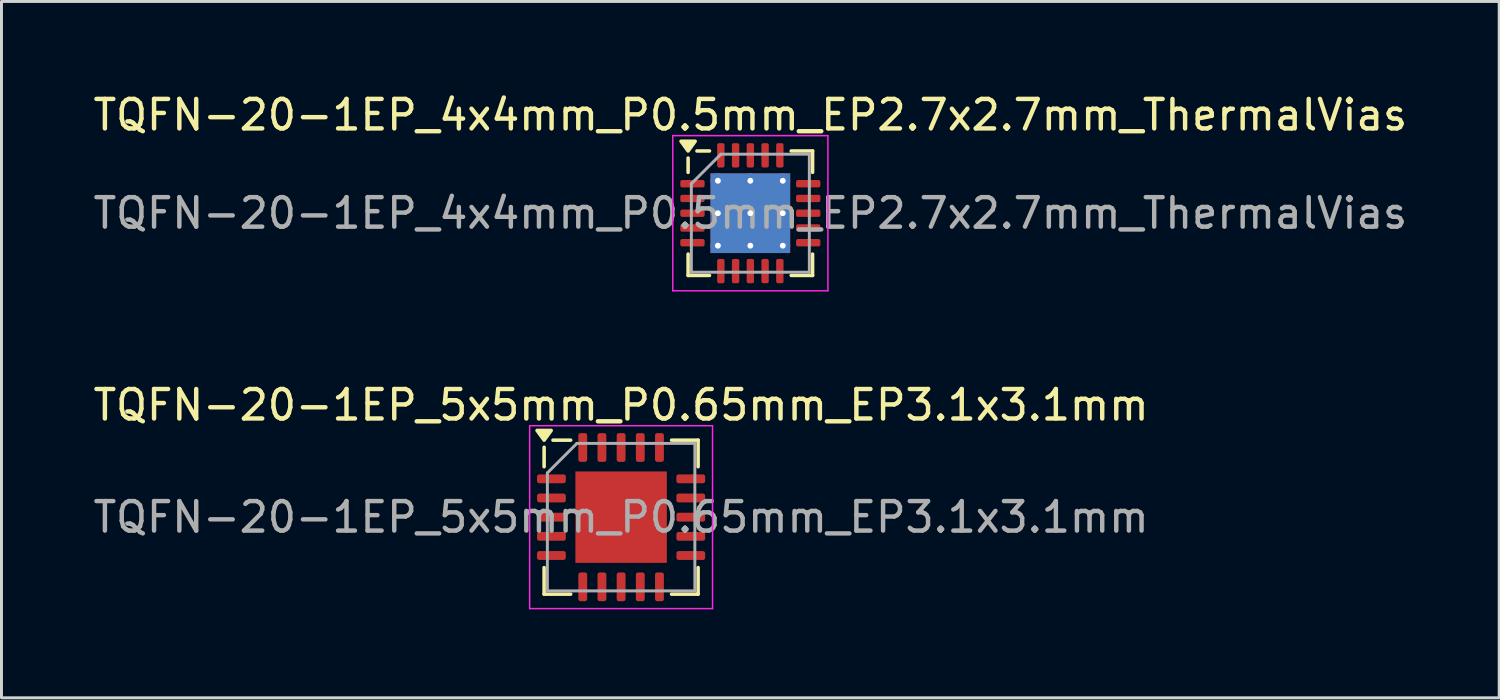
<source format=kicad_pcb>
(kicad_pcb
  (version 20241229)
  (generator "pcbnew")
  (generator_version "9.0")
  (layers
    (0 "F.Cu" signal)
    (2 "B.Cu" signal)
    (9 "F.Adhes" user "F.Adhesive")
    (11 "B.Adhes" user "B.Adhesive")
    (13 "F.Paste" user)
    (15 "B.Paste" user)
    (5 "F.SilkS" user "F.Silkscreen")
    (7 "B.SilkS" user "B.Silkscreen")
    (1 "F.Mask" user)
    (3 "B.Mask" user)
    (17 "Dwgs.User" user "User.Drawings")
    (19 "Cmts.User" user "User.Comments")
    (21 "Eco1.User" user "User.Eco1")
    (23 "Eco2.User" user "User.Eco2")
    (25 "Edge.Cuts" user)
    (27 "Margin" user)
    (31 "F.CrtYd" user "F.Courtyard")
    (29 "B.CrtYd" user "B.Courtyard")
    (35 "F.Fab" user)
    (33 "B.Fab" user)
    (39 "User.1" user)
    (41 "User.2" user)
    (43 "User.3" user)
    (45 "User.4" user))
  (footprint "TQFN-20-1EP_5x5mm_P0.65mm_EP3.1x3.1mm"
    (layer "F.Cu")
    (at 18.006 14.482)
    (property "Reference" "TQFN-20-1EP_5x5mm_P0.65mm_EP3.1x3.1mm" (at 0 -3.8 0) (layer "F.SilkS") (effects (font (size 1 1) (thickness 0.15))))
    (attr smd)
    (fp_line (start -2.61 -1.71) (end -2.61 -2.37) (stroke (width 0.12) (type solid)) (layer "F.SilkS"))
    (fp_line (start -2.61 2.61) (end -2.61 1.71) (stroke (width 0.12) (type solid)) (layer "F.SilkS"))
    (fp_line (start -1.71 -2.61) (end -2.31 -2.61) (stroke (width 0.12) (type solid)) (layer "F.SilkS"))
    (fp_line (start -1.71 2.61) (end -2.61 2.61) (stroke (width 0.12) (type solid)) (layer "F.SilkS"))
    (fp_line (start 1.71 -2.61) (end 2.61 -2.61) (stroke (width 0.12) (type solid)) (layer "F.SilkS"))
    (fp_line (start 1.71 2.61) (end 2.61 2.61) (stroke (width 0.12) (type solid)) (layer "F.SilkS"))
    (fp_line (start 2.61 -2.61) (end 2.61 -1.71) (stroke (width 0.12) (type solid)) (layer "F.SilkS"))
    (fp_line (start 2.61 2.61) (end 2.61 1.71) (stroke (width 0.12) (type solid)) (layer "F.SilkS"))
    (fp_poly (pts (xy -2.61 -2.61) (xy -2.85 -2.94) (xy -2.37 -2.94) (xy -2.61 -2.61)) (stroke (width 0.12) (type solid)) (fill yes) (layer "F.SilkS"))
    (fp_line (start -3.1 -3.1) (end -3.1 3.1) (stroke (width 0.05) (type solid)) (layer "F.CrtYd"))
    (fp_line (start -3.1 3.1) (end 3.1 3.1) (stroke (width 0.05) (type solid)) (layer "F.CrtYd"))
    (fp_line (start 3.1 -3.1) (end -3.1 -3.1) (stroke (width 0.05) (type solid)) (layer "F.CrtYd"))
    (fp_line (start 3.1 3.1) (end 3.1 -3.1) (stroke (width 0.05) (type solid)) (layer "F.CrtYd"))
    (fp_line (start -2.5 -1.5) (end -1.5 -2.5) (stroke (width 0.1) (type solid)) (layer "F.Fab"))
    (fp_line (start -2.5 2.5) (end -2.5 -1.5) (stroke (width 0.1) (type solid)) (layer "F.Fab"))
    (fp_line (start -1.5 -2.5) (end 2.5 -2.5) (stroke (width 0.1) (type solid)) (layer "F.Fab"))
    (fp_line (start 2.5 -2.5) (end 2.5 2.5) (stroke (width 0.1) (type solid)) (layer "F.Fab"))
    (fp_line (start 2.5 2.5) (end -2.5 2.5) (stroke (width 0.1) (type solid)) (layer "F.Fab"))
    (fp_text user "${REFERENCE}" (at 0 0 0) (layer "F.Fab") (effects (font (size 1 1) (thickness 0.15))))
    (pad "" smd roundrect (at -0.775 -0.775) (size 1.25 1.25) (layers "F.Paste") (roundrect_rratio 0.2))
    (pad "" smd roundrect (at -0.775 0.775) (size 1.25 1.25) (layers "F.Paste") (roundrect_rratio 0.2))
    (pad "" smd roundrect (at 0.775 -0.775) (size 1.25 1.25) (layers "F.Paste") (roundrect_rratio 0.2))
    (pad "" smd roundrect (at 0.775 0.775) (size 1.25 1.25) (layers "F.Paste") (roundrect_rratio 0.2))
    (pad "1" smd roundrect (at -2.362 -1.3) (size 0.975 0.3) (layers "F.Cu" "F.Mask" "F.Paste") (roundrect_rratio 0.25))
    (pad "2" smd roundrect (at -2.362 -0.65) (size 0.975 0.3) (layers "F.Cu" "F.Mask" "F.Paste") (roundrect_rratio 0.25))
    (pad "3" smd roundrect (at -2.362 0) (size 0.975 0.3) (layers "F.Cu" "F.Mask" "F.Paste") (roundrect_rratio 0.25))
    (pad "4" smd roundrect (at -2.362 0.65) (size 0.975 0.3) (layers "F.Cu" "F.Mask" "F.Paste") (roundrect_rratio 0.25))
    (pad "5" smd roundrect (at -2.362 1.3) (size 0.975 0.3) (layers "F.Cu" "F.Mask" "F.Paste") (roundrect_rratio 0.25))
    (pad "6" smd roundrect (at -1.3 2.362) (size 0.3 0.975) (layers "F.Cu" "F.Mask" "F.Paste") (roundrect_rratio 0.25))
    (pad "7" smd roundrect (at -0.65 2.362) (size 0.3 0.975) (layers "F.Cu" "F.Mask" "F.Paste") (roundrect_rratio 0.25))
    (pad "8" smd roundrect (at 0 2.362) (size 0.3 0.975) (layers "F.Cu" "F.Mask" "F.Paste") (roundrect_rratio 0.25))
    (pad "9" smd roundrect (at 0.65 2.362) (size 0.3 0.975) (layers "F.Cu" "F.Mask" "F.Paste") (roundrect_rratio 0.25))
    (pad "10" smd roundrect (at 1.3 2.362) (size 0.3 0.975) (layers "F.Cu" "F.Mask" "F.Paste") (roundrect_rratio 0.25))
    (pad "11" smd roundrect (at 2.362 1.3) (size 0.975 0.3) (layers "F.Cu" "F.Mask" "F.Paste") (roundrect_rratio 0.25))
    (pad "12" smd roundrect (at 2.362 0.65) (size 0.975 0.3) (layers "F.Cu" "F.Mask" "F.Paste") (roundrect_rratio 0.25))
    (pad "13" smd roundrect (at 2.362 0) (size 0.975 0.3) (layers "F.Cu" "F.Mask" "F.Paste") (roundrect_rratio 0.25))
    (pad "14" smd roundrect (at 2.362 -0.65) (size 0.975 0.3) (layers "F.Cu" "F.Mask" "F.Paste") (roundrect_rratio 0.25))
    (pad "15" smd roundrect (at 2.362 -1.3) (size 0.975 0.3) (layers "F.Cu" "F.Mask" "F.Paste") (roundrect_rratio 0.25))
    (pad "16" smd roundrect (at 1.3 -2.362) (size 0.3 0.975) (layers "F.Cu" "F.Mask" "F.Paste") (roundrect_rratio 0.25))
    (pad "17" smd roundrect (at 0.65 -2.362) (size 0.3 0.975) (layers "F.Cu" "F.Mask" "F.Paste") (roundrect_rratio 0.25))
    (pad "18" smd roundrect (at 0 -2.362) (size 0.3 0.975) (layers "F.Cu" "F.Mask" "F.Paste") (roundrect_rratio 0.25))
    (pad "19" smd roundrect (at -0.65 -2.362) (size 0.3 0.975) (layers "F.Cu" "F.Mask" "F.Paste") (roundrect_rratio 0.25))
    (pad "20" smd roundrect (at -1.3 -2.362) (size 0.3 0.975) (layers "F.Cu" "F.Mask" "F.Paste") (roundrect_rratio 0.25))
    (pad "21" smd rect (at 0 0) (size 3.1 3.1) (property pad_prop_heatsink) (layers "F.Cu" "F.Mask")))
  (footprint "TQFN-20-1EP_4x4mm_P0.5mm_EP2.7x2.7mm_ThermalVias"
    (layer "F.Cu")
    (at 22.387 4.178)
    (property "Reference" "TQFN-20-1EP_4x4mm_P0.5mm_EP2.7x2.7mm_ThermalVias" (at 0 -3.33 0) (layer "F.SilkS") (effects (font (size 1 1) (thickness 0.15))))
    (attr smd)
    (fp_line (start -2.11 -1.385) (end -2.11 -1.87) (stroke (width 0.12) (type solid)) (layer "F.SilkS"))
    (fp_line (start -2.11 2.11) (end -2.11 1.385) (stroke (width 0.12) (type solid)) (layer "F.SilkS"))
    (fp_line (start -1.385 -2.11) (end -1.81 -2.11) (stroke (width 0.12) (type solid)) (layer "F.SilkS"))
    (fp_line (start -1.385 2.11) (end -2.11 2.11) (stroke (width 0.12) (type solid)) (layer "F.SilkS"))
    (fp_line (start 1.385 -2.11) (end 2.11 -2.11) (stroke (width 0.12) (type solid)) (layer "F.SilkS"))
    (fp_line (start 1.385 2.11) (end 2.11 2.11) (stroke (width 0.12) (type solid)) (layer "F.SilkS"))
    (fp_line (start 2.11 -2.11) (end 2.11 -1.385) (stroke (width 0.12) (type solid)) (layer "F.SilkS"))
    (fp_line (start 2.11 2.11) (end 2.11 1.385) (stroke (width 0.12) (type solid)) (layer "F.SilkS"))
    (fp_poly (pts (xy -2.11 -2.11) (xy -2.35 -2.44) (xy -1.87 -2.44) (xy -2.11 -2.11)) (stroke (width 0.12) (type solid)) (fill yes) (layer "F.SilkS"))
    (fp_line (start -2.63 -2.63) (end -2.63 2.63) (stroke (width 0.05) (type solid)) (layer "F.CrtYd"))
    (fp_line (start -2.63 2.63) (end 2.63 2.63) (stroke (width 0.05) (type solid)) (layer "F.CrtYd"))
    (fp_line (start 2.63 -2.63) (end -2.63 -2.63) (stroke (width 0.05) (type solid)) (layer "F.CrtYd"))
    (fp_line (start 2.63 2.63) (end 2.63 -2.63) (stroke (width 0.05) (type solid)) (layer "F.CrtYd"))
    (fp_line (start -2 -1) (end -1 -2) (stroke (width 0.1) (type solid)) (layer "F.Fab"))
    (fp_line (start -2 2) (end -2 -1) (stroke (width 0.1) (type solid)) (layer "F.Fab"))
    (fp_line (start -1 -2) (end 2 -2) (stroke (width 0.1) (type solid)) (layer "F.Fab"))
    (fp_line (start 2 -2) (end 2 2) (stroke (width 0.1) (type solid)) (layer "F.Fab"))
    (fp_line (start 2 2) (end -2 2) (stroke (width 0.1) (type solid)) (layer "F.Fab"))
    (fp_text user "${REFERENCE}" (at 0 0 0) (layer "F.Fab") (effects (font (size 1 1) (thickness 0.15))))
    (pad "" smd roundrect (at -0.675 -0.675) (size 1.17 1.17) (layers "F.Paste") (roundrect_rratio 0.214))
    (pad "" smd roundrect (at -0.675 0.675) (size 1.17 1.17) (layers "F.Paste") (roundrect_rratio 0.214))
    (pad "" smd roundrect (at 0.675 -0.675) (size 1.17 1.17) (layers "F.Paste") (roundrect_rratio 0.214))
    (pad "" smd roundrect (at 0.675 0.675) (size 1.17 1.17) (layers "F.Paste") (roundrect_rratio 0.214))
    (pad "1" smd roundrect (at -1.962 -1) (size 0.825 0.25) (layers "F.Cu" "F.Mask" "F.Paste") (roundrect_rratio 0.25))
    (pad "2" smd roundrect (at -1.962 -0.5) (size 0.825 0.25) (layers "F.Cu" "F.Mask" "F.Paste") (roundrect_rratio 0.25))
    (pad "3" smd roundrect (at -1.962 0) (size 0.825 0.25) (layers "F.Cu" "F.Mask" "F.Paste") (roundrect_rratio 0.25))
    (pad "4" smd roundrect (at -1.962 0.5) (size 0.825 0.25) (layers "F.Cu" "F.Mask" "F.Paste") (roundrect_rratio 0.25))
    (pad "5" smd roundrect (at -1.962 1) (size 0.825 0.25) (layers "F.Cu" "F.Mask" "F.Paste") (roundrect_rratio 0.25))
    (pad "6" smd roundrect (at -1 1.962) (size 0.25 0.825) (layers "F.Cu" "F.Mask" "F.Paste") (roundrect_rratio 0.25))
    (pad "7" smd roundrect (at -0.5 1.962) (size 0.25 0.825) (layers "F.Cu" "F.Mask" "F.Paste") (roundrect_rratio 0.25))
    (pad "8" smd roundrect (at 0 1.962) (size 0.25 0.825) (layers "F.Cu" "F.Mask" "F.Paste") (roundrect_rratio 0.25))
    (pad "9" smd roundrect (at 0.5 1.962) (size 0.25 0.825) (layers "F.Cu" "F.Mask" "F.Paste") (roundrect_rratio 0.25))
    (pad "10" smd roundrect (at 1 1.962) (size 0.25 0.825) (layers "F.Cu" "F.Mask" "F.Paste") (roundrect_rratio 0.25))
    (pad "11" smd roundrect (at 1.962 1) (size 0.825 0.25) (layers "F.Cu" "F.Mask" "F.Paste") (roundrect_rratio 0.25))
    (pad "12" smd roundrect (at 1.962 0.5) (size 0.825 0.25) (layers "F.Cu" "F.Mask" "F.Paste") (roundrect_rratio 0.25))
    (pad "13" smd roundrect (at 1.962 0) (size 0.825 0.25) (layers "F.Cu" "F.Mask" "F.Paste") (roundrect_rratio 0.25))
    (pad "14" smd roundrect (at 1.962 -0.5) (size 0.825 0.25) (layers "F.Cu" "F.Mask" "F.Paste") (roundrect_rratio 0.25))
    (pad "15" smd roundrect (at 1.962 -1) (size 0.825 0.25) (layers "F.Cu" "F.Mask" "F.Paste") (roundrect_rratio 0.25))
    (pad "16" smd roundrect (at 1 -1.962) (size 0.25 0.825) (layers "F.Cu" "F.Mask" "F.Paste") (roundrect_rratio 0.25))
    (pad "17" smd roundrect (at 0.5 -1.962) (size 0.25 0.825) (layers "F.Cu" "F.Mask" "F.Paste") (roundrect_rratio 0.25))
    (pad "18" smd roundrect (at 0 -1.962) (size 0.25 0.825) (layers "F.Cu" "F.Mask" "F.Paste") (roundrect_rratio 0.25))
    (pad "19" smd roundrect (at -0.5 -1.962) (size 0.25 0.825) (layers "F.Cu" "F.Mask" "F.Paste") (roundrect_rratio 0.25))
    (pad "20" smd roundrect (at -1 -1.962) (size 0.25 0.825) (layers "F.Cu" "F.Mask" "F.Paste") (roundrect_rratio 0.25))
    (pad "21" thru_hole circle (at -1.1 -1.1) (size 0.5 0.5) (drill 0.2) (property pad_prop_heatsink) (layers "*.Cu"))
    (pad "21" thru_hole circle (at -1.1 0) (size 0.5 0.5) (drill 0.2) (property pad_prop_heatsink) (layers "*.Cu"))
    (pad "21" thru_hole circle (at -1.1 1.1) (size 0.5 0.5) (drill 0.2) (property pad_prop_heatsink) (layers "*.Cu"))
    (pad "21" thru_hole circle (at 0 -1.1) (size 0.5 0.5) (drill 0.2) (property pad_prop_heatsink) (layers "*.Cu"))
    (pad "21" thru_hole circle (at 0 0) (size 0.5 0.5) (drill 0.2) (property pad_prop_heatsink) (layers "*.Cu"))
    (pad "21" smd rect (at 0 0) (size 2.7 2.7) (property pad_prop_heatsink) (layers "F.Cu" "F.Mask"))
    (pad "21" smd rect (at 0 0) (size 2.7 2.7) (property pad_prop_heatsink) (layers "B.Cu"))
    (pad "21" thru_hole circle (at 0 1.1) (size 0.5 0.5) (drill 0.2) (property pad_prop_heatsink) (layers "*.Cu"))
    (pad "21" thru_hole circle (at 1.1 -1.1) (size 0.5 0.5) (drill 0.2) (property pad_prop_heatsink) (layers "*.Cu"))
    (pad "21" thru_hole circle (at 1.1 0) (size 0.5 0.5) (drill 0.2) (property pad_prop_heatsink) (layers "*.Cu"))
    (pad "21" thru_hole circle (at 1.1 1.1) (size 0.5 0.5) (drill 0.2) (property pad_prop_heatsink) (layers "*.Cu")))
  (gr_rect
    (start -3 -3)
    (end 47.774 20.607)
    (stroke (width 0.1) (type default))
    (fill no)
    (layer "Edge.Cuts")))
</source>
